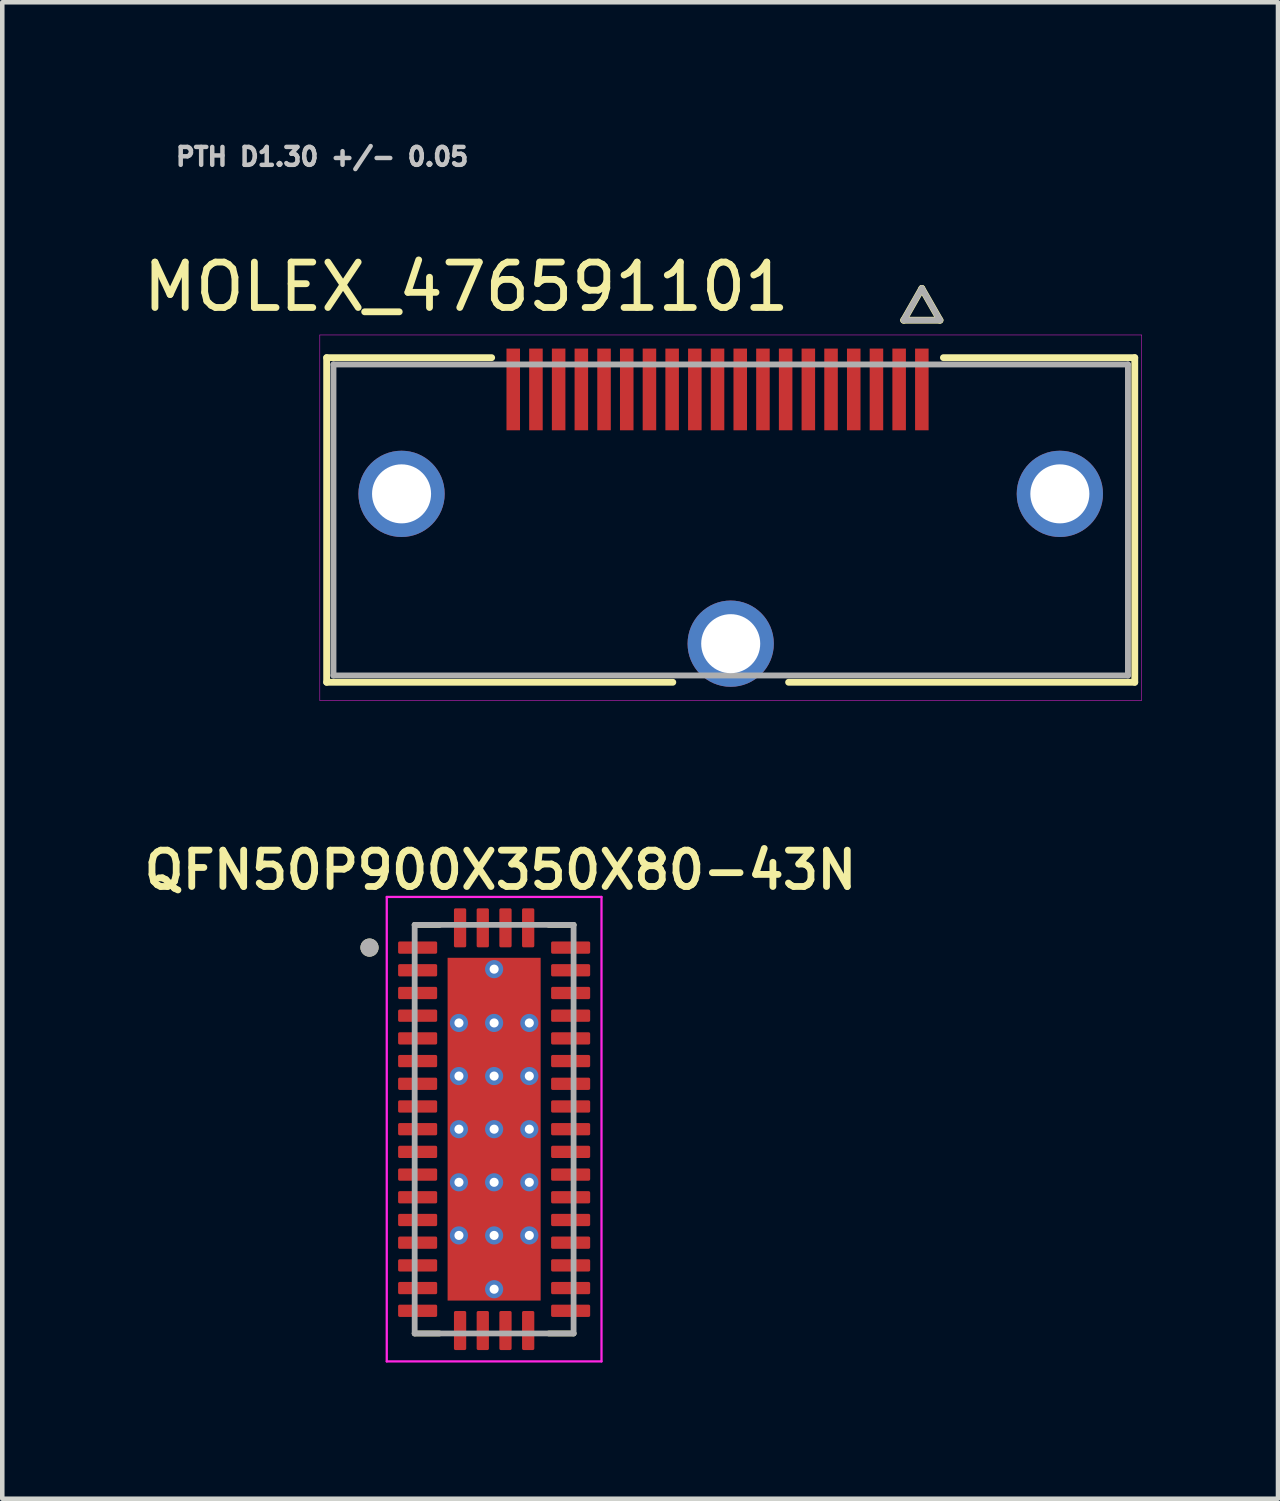
<source format=kicad_pcb>
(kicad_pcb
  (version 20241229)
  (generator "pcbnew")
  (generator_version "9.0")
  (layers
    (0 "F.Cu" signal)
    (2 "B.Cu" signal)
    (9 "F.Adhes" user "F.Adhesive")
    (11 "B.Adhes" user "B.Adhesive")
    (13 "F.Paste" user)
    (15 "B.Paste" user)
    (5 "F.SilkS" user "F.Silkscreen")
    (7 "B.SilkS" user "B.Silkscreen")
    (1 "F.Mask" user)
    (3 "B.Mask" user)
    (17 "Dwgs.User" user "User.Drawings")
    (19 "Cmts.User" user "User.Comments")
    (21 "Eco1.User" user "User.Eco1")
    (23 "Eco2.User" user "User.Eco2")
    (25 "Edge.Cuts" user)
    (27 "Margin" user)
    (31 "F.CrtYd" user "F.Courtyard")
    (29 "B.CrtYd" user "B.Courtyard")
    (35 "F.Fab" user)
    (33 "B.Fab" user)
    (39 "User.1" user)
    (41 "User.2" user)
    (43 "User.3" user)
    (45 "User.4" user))
  (footprint "MOLEX_476591101"
    (layer "F.Cu")
    (at 13.045 8.403)
    (property "Reference" "MOLEX_476591101" (at -5.825 -5.135 0) (layer "F.SilkS") (effects (font (size 1 1) (thickness 0.15))))
    (attr smd)
    (fp_circle (center -7.25 -0.575) (end -6.743 -0.575) (stroke (width 1.014) (type solid)) (fill no) (layer "F.Mask"))
    (fp_circle (center 0 2.725) (end 0.507 2.725) (stroke (width 1.014) (type solid)) (fill no) (layer "F.Mask"))
    (fp_circle (center 7.25 -0.575) (end 7.757 -0.575) (stroke (width 1.014) (type solid)) (fill no) (layer "F.Mask"))
    (fp_poly (pts (xy -5.003 -3.838) (xy -4.577 -3.838) (xy -4.577 -1.911) (xy -5.003 -1.911)) (stroke (width 0.01) (type solid)) (fill yes) (layer "F.Mask"))
    (fp_poly (pts (xy -4.503 -3.838) (xy -4.077 -3.838) (xy -4.077 -1.911) (xy -4.503 -1.911)) (stroke (width 0.01) (type solid)) (fill yes) (layer "F.Mask"))
    (fp_poly (pts (xy -4.003 -3.838) (xy -3.578 -3.838) (xy -3.578 -1.911) (xy -4.003 -1.911)) (stroke (width 0.01) (type solid)) (fill yes) (layer "F.Mask"))
    (fp_poly (pts (xy -3.502 -3.838) (xy -3.078 -3.838) (xy -3.078 -1.911) (xy -3.502 -1.911)) (stroke (width 0.01) (type solid)) (fill yes) (layer "F.Mask"))
    (fp_poly (pts (xy -3.002 -3.838) (xy -2.578 -3.838) (xy -2.578 -1.911) (xy -3.002 -1.911)) (stroke (width 0.01) (type solid)) (fill yes) (layer "F.Mask"))
    (fp_poly (pts (xy -2.502 -3.838) (xy -2.078 -3.838) (xy -2.078 -1.911) (xy -2.502 -1.911)) (stroke (width 0.01) (type solid)) (fill yes) (layer "F.Mask"))
    (fp_poly (pts (xy -2.002 -3.838) (xy -1.577 -3.838) (xy -1.577 -1.911) (xy -2.002 -1.911)) (stroke (width 0.01) (type solid)) (fill yes) (layer "F.Mask"))
    (fp_poly (pts (xy -1.502 -3.838) (xy -1.077 -3.838) (xy -1.077 -1.911) (xy -1.502 -1.911)) (stroke (width 0.01) (type solid)) (fill yes) (layer "F.Mask"))
    (fp_poly (pts (xy -1.002 -3.838) (xy -0.578 -3.838) (xy -0.578 -1.911) (xy -1.002 -1.911)) (stroke (width 0.01) (type solid)) (fill yes) (layer "F.Mask"))
    (fp_poly (pts (xy -0.502 -3.838) (xy -0.077 -3.838) (xy -0.077 -1.911) (xy -0.502 -1.911)) (stroke (width 0.01) (type solid)) (fill yes) (layer "F.Mask"))
    (fp_poly (pts (xy -0.003 -3.838) (xy 0.422 -3.838) (xy 0.422 -1.911) (xy -0.003 -1.911)) (stroke (width 0.01) (type solid)) (fill yes) (layer "F.Mask"))
    (fp_poly (pts (xy 0.497 -3.838) (xy 0.922 -3.838) (xy 0.922 -1.911) (xy 0.497 -1.911)) (stroke (width 0.01) (type solid)) (fill yes) (layer "F.Mask"))
    (fp_poly (pts (xy 0.998 -3.838) (xy 1.423 -3.838) (xy 1.423 -1.911) (xy 0.998 -1.911)) (stroke (width 0.01) (type solid)) (fill yes) (layer "F.Mask"))
    (fp_poly (pts (xy 1.498 -3.838) (xy 1.923 -3.838) (xy 1.923 -1.911) (xy 1.498 -1.911)) (stroke (width 0.01) (type solid)) (fill yes) (layer "F.Mask"))
    (fp_poly (pts (xy 1.998 -3.838) (xy 2.422 -3.838) (xy 2.422 -1.911) (xy 1.998 -1.911)) (stroke (width 0.01) (type solid)) (fill yes) (layer "F.Mask"))
    (fp_poly (pts (xy 2.498 -3.838) (xy 2.922 -3.838) (xy 2.922 -1.911) (xy 2.498 -1.911)) (stroke (width 0.01) (type solid)) (fill yes) (layer "F.Mask"))
    (fp_poly (pts (xy 2.998 -3.838) (xy 3.422 -3.838) (xy 3.422 -1.911) (xy 2.998 -1.911)) (stroke (width 0.01) (type solid)) (fill yes) (layer "F.Mask"))
    (fp_poly (pts (xy 3.498 -3.838) (xy 3.922 -3.838) (xy 3.922 -1.911) (xy 3.498 -1.911)) (stroke (width 0.01) (type solid)) (fill yes) (layer "F.Mask"))
    (fp_poly (pts (xy 3.998 -3.838) (xy 4.423 -3.838) (xy 4.423 -1.911) (xy 3.998 -1.911)) (stroke (width 0.01) (type solid)) (fill yes) (layer "F.Mask"))
    (fp_circle (center -7.25 -0.575) (end -6.743 -0.575) (stroke (width 1.014) (type solid)) (fill no) (layer "B.Mask"))
    (fp_circle (center 0 2.725) (end 0.507 2.725) (stroke (width 1.014) (type solid)) (fill no) (layer "B.Mask"))
    (fp_circle (center 7.25 -0.575) (end 7.757 -0.575) (stroke (width 1.014) (type solid)) (fill no) (layer "B.Mask"))
    (fp_line (start -8.9 -3.575) (end -8.9 3.575) (stroke (width 0.15) (type solid)) (layer "F.SilkS"))
    (fp_line (start -8.9 3.575) (end -1.275 3.575) (stroke (width 0.15) (type solid)) (layer "F.SilkS"))
    (fp_line (start -5.265 -3.575) (end -8.9 -3.575) (stroke (width 0.15) (type solid)) (layer "F.SilkS"))
    (fp_line (start 1.275 3.575) (end 8.9 3.575) (stroke (width 0.15) (type solid)) (layer "F.SilkS"))
    (fp_line (start 3.81 -4.4) (end 4.61 -4.4) (stroke (width 0.15) (type solid)) (layer "F.SilkS"))
    (fp_line (start 4.21 -5.1) (end 3.81 -4.4) (stroke (width 0.15) (type solid)) (layer "F.SilkS"))
    (fp_line (start 4.61 -4.4) (end 4.21 -5.1) (stroke (width 0.15) (type solid)) (layer "F.SilkS"))
    (fp_line (start 8.9 -3.575) (end 4.685 -3.575) (stroke (width 0.15) (type solid)) (layer "F.SilkS"))
    (fp_line (start 8.9 3.575) (end 8.9 -3.575) (stroke (width 0.15) (type solid)) (layer "F.SilkS"))
    (fp_line (start -9.05 -4.075) (end -9.05 3.975) (stroke (width 0.01) (type solid)) (layer "F.CrtYd"))
    (fp_line (start -9.05 3.975) (end 9.05 3.975) (stroke (width 0.01) (type solid)) (layer "F.CrtYd"))
    (fp_line (start 9.05 -4.075) (end -9.05 -4.075) (stroke (width 0.01) (type solid)) (layer "F.CrtYd"))
    (fp_line (start 9.05 3.975) (end 9.05 -4.075) (stroke (width 0.01) (type solid)) (layer "F.CrtYd"))
    (fp_line (start -8.75 -3.425) (end -8.75 3.425) (stroke (width 0.13) (type solid)) (layer "F.Fab"))
    (fp_line (start -8.75 3.425) (end 8.75 3.425) (stroke (width 0.13) (type solid)) (layer "F.Fab"))
    (fp_line (start 3.81 -4.4) (end 4.61 -4.4) (stroke (width 0.13) (type solid)) (layer "F.Fab"))
    (fp_line (start 4.21 -5.1) (end 3.81 -4.4) (stroke (width 0.13) (type solid)) (layer "F.Fab"))
    (fp_line (start 4.61 -4.4) (end 4.21 -5.1) (stroke (width 0.13) (type solid)) (layer "F.Fab"))
    (fp_line (start 8.75 -3.425) (end -8.75 -3.425) (stroke (width 0.13) (type solid)) (layer "F.Fab"))
    (fp_line (start 8.75 3.425) (end 8.75 -3.425) (stroke (width 0.13) (type solid)) (layer "F.Fab"))
    (fp_text user "PTH D1.30 +/- 0.05" (at -9 -8 0) (layer "Dwgs.User") (effects (font (size 0.394 0.394) (thickness 0.15))))
    (pad "1" smd rect (at 4.21 -2.875) (size 0.298 1.8) (layers "F.Cu" "F.Paste"))
    (pad "2" smd rect (at 3.71 -2.875) (size 0.298 1.8) (layers "F.Cu" "F.Paste"))
    (pad "3" smd rect (at 3.21 -2.875) (size 0.298 1.8) (layers "F.Cu" "F.Paste"))
    (pad "4" smd rect (at 2.71 -2.875) (size 0.298 1.8) (layers "F.Cu" "F.Paste"))
    (pad "5" smd rect (at 2.21 -2.875) (size 0.298 1.8) (layers "F.Cu" "F.Paste"))
    (pad "6" smd rect (at 1.71 -2.875) (size 0.298 1.8) (layers "F.Cu" "F.Paste"))
    (pad "7" smd rect (at 1.21 -2.875) (size 0.298 1.8) (layers "F.Cu" "F.Paste"))
    (pad "8" smd rect (at 0.71 -2.875) (size 0.298 1.8) (layers "F.Cu" "F.Paste"))
    (pad "9" smd rect (at 0.21 -2.875) (size 0.298 1.8) (layers "F.Cu" "F.Paste"))
    (pad "10" smd rect (at -0.29 -2.875) (size 0.298 1.8) (layers "F.Cu" "F.Paste"))
    (pad "11" smd rect (at -0.79 -2.875) (size 0.298 1.8) (layers "F.Cu" "F.Paste"))
    (pad "12" smd rect (at -1.29 -2.875) (size 0.298 1.8) (layers "F.Cu" "F.Paste"))
    (pad "13" smd rect (at -1.79 -2.875) (size 0.298 1.8) (layers "F.Cu" "F.Paste"))
    (pad "14" smd rect (at -2.29 -2.875) (size 0.298 1.8) (layers "F.Cu" "F.Paste"))
    (pad "15" smd rect (at -2.79 -2.875) (size 0.298 1.8) (layers "F.Cu" "F.Paste"))
    (pad "16" smd rect (at -3.29 -2.875) (size 0.298 1.8) (layers "F.Cu" "F.Paste"))
    (pad "17" smd rect (at -3.79 -2.875) (size 0.298 1.8) (layers "F.Cu" "F.Paste"))
    (pad "18" smd rect (at -4.29 -2.875) (size 0.298 1.8) (layers "F.Cu" "F.Paste"))
    (pad "19" smd rect (at -4.79 -2.875) (size 0.298 1.8) (layers "F.Cu" "F.Paste"))
    (pad "SH" thru_hole circle (at -7.25 -0.575) (size 1.9 1.9) (drill 1.3) (layers "*.Cu"))
    (pad "SH" thru_hole circle (at 0 2.725) (size 1.9 1.9) (drill 1.3) (layers "*.Cu"))
    (pad "SH" thru_hole circle (at 7.25 -0.575) (size 1.9 1.9) (drill 1.3) (layers "*.Cu")))
  (footprint "QFN50P900X350X80-43N"
    (layer "F.Cu")
    (at 7.834 21.822)
    (property "Reference" "QFN50P900X350X80-43N" (at 0.14 -5.708 0) (layer "F.SilkS") (effects (font (size 0.8 0.8) (thickness 0.15))))
    (attr smd)
    (fp_line (start -1.75 -4.5) (end -1.205 -4.5) (stroke (width 0.127) (type solid)) (layer "F.SilkS"))
    (fp_line (start -1.75 4.5) (end -1.205 4.5) (stroke (width 0.127) (type solid)) (layer "F.SilkS"))
    (fp_line (start 1.75 -4.5) (end 1.205 -4.5) (stroke (width 0.127) (type solid)) (layer "F.SilkS"))
    (fp_line (start 1.75 4.5) (end 1.205 4.5) (stroke (width 0.127) (type solid)) (layer "F.SilkS"))
    (fp_circle (center -2.745 -4) (end -2.645 -4) (stroke (width 0.2) (type solid)) (fill no) (layer "F.SilkS"))
    (fp_poly (pts (xy -1.02 -3.41) (xy -0.1 -3.41) (xy -0.1 -2.44) (xy -1.02 -2.44)) (stroke (width 0.01) (type solid)) (fill yes) (layer "F.Paste"))
    (fp_poly (pts (xy -1.02 -2.24) (xy -0.1 -2.24) (xy -0.1 -1.27) (xy -1.02 -1.27)) (stroke (width 0.01) (type solid)) (fill yes) (layer "F.Paste"))
    (fp_poly (pts (xy -1.02 -1.07) (xy -0.1 -1.07) (xy -0.1 -0.1) (xy -1.02 -0.1)) (stroke (width 0.01) (type solid)) (fill yes) (layer "F.Paste"))
    (fp_poly (pts (xy -1.02 0.1) (xy -0.1 0.1) (xy -0.1 1.07) (xy -1.02 1.07)) (stroke (width 0.01) (type solid)) (fill yes) (layer "F.Paste"))
    (fp_poly (pts (xy -1.02 1.27) (xy -0.1 1.27) (xy -0.1 2.24) (xy -1.02 2.24)) (stroke (width 0.01) (type solid)) (fill yes) (layer "F.Paste"))
    (fp_poly (pts (xy -1.02 2.44) (xy -0.1 2.44) (xy -0.1 3.41) (xy -1.02 3.41)) (stroke (width 0.01) (type solid)) (fill yes) (layer "F.Paste"))
    (fp_poly (pts (xy 0.1 -3.41) (xy 1.02 -3.41) (xy 1.02 -2.44) (xy 0.1 -2.44)) (stroke (width 0.01) (type solid)) (fill yes) (layer "F.Paste"))
    (fp_poly (pts (xy 0.1 -2.24) (xy 1.02 -2.24) (xy 1.02 -1.27) (xy 0.1 -1.27)) (stroke (width 0.01) (type solid)) (fill yes) (layer "F.Paste"))
    (fp_poly (pts (xy 0.1 -1.07) (xy 1.02 -1.07) (xy 1.02 -0.1) (xy 0.1 -0.1)) (stroke (width 0.01) (type solid)) (fill yes) (layer "F.Paste"))
    (fp_poly (pts (xy 0.1 0.1) (xy 1.02 0.1) (xy 1.02 1.07) (xy 0.1 1.07)) (stroke (width 0.01) (type solid)) (fill yes) (layer "F.Paste"))
    (fp_poly (pts (xy 0.1 1.27) (xy 1.02 1.27) (xy 1.02 2.24) (xy 0.1 2.24)) (stroke (width 0.01) (type solid)) (fill yes) (layer "F.Paste"))
    (fp_poly (pts (xy 0.1 2.44) (xy 1.02 2.44) (xy 1.02 3.41) (xy 0.1 3.41)) (stroke (width 0.01) (type solid)) (fill yes) (layer "F.Paste"))
    (fp_line (start -2.365 -5.115) (end 2.365 -5.115) (stroke (width 0.05) (type solid)) (layer "F.CrtYd"))
    (fp_line (start -2.365 5.115) (end -2.365 -5.115) (stroke (width 0.05) (type solid)) (layer "F.CrtYd"))
    (fp_line (start -2.365 5.115) (end 2.365 5.115) (stroke (width 0.05) (type solid)) (layer "F.CrtYd"))
    (fp_line (start 2.365 5.115) (end 2.365 -5.115) (stroke (width 0.05) (type solid)) (layer "F.CrtYd"))
    (fp_line (start -1.75 4.5) (end -1.75 -4.5) (stroke (width 0.127) (type solid)) (layer "F.Fab"))
    (fp_line (start 1.75 -4.5) (end -1.75 -4.5) (stroke (width 0.127) (type solid)) (layer "F.Fab"))
    (fp_line (start 1.75 4.5) (end -1.75 4.5) (stroke (width 0.127) (type solid)) (layer "F.Fab"))
    (fp_line (start 1.75 4.5) (end 1.75 -4.5) (stroke (width 0.127) (type solid)) (layer "F.Fab"))
    (fp_circle (center -2.745 -4) (end -2.645 -4) (stroke (width 0.2) (type solid)) (fill no) (layer "F.Fab"))
    (pad "1" smd roundrect (at -1.685 -4) (size 0.86 0.27) (layers "F.Cu" "F.Mask" "F.Paste") (roundrect_rratio 0.125))
    (pad "2" smd roundrect (at -1.685 -3.5) (size 0.86 0.27) (layers "F.Cu" "F.Mask" "F.Paste") (roundrect_rratio 0.125))
    (pad "3" smd roundrect (at -1.685 -3) (size 0.86 0.27) (layers "F.Cu" "F.Mask" "F.Paste") (roundrect_rratio 0.125))
    (pad "4" smd roundrect (at -1.685 -2.5) (size 0.86 0.27) (layers "F.Cu" "F.Mask" "F.Paste") (roundrect_rratio 0.125))
    (pad "5" smd roundrect (at -1.685 -2) (size 0.86 0.27) (layers "F.Cu" "F.Mask" "F.Paste") (roundrect_rratio 0.125))
    (pad "6" smd roundrect (at -1.685 -1.5) (size 0.86 0.27) (layers "F.Cu" "F.Mask" "F.Paste") (roundrect_rratio 0.125))
    (pad "7" smd roundrect (at -1.685 -1) (size 0.86 0.27) (layers "F.Cu" "F.Mask" "F.Paste") (roundrect_rratio 0.125))
    (pad "8" smd roundrect (at -1.685 -0.5) (size 0.86 0.27) (layers "F.Cu" "F.Mask" "F.Paste") (roundrect_rratio 0.125))
    (pad "9" smd roundrect (at -1.685 0) (size 0.86 0.27) (layers "F.Cu" "F.Mask" "F.Paste") (roundrect_rratio 0.125))
    (pad "10" smd roundrect (at -1.685 0.5) (size 0.86 0.27) (layers "F.Cu" "F.Mask" "F.Paste") (roundrect_rratio 0.125))
    (pad "11" smd roundrect (at -1.685 1) (size 0.86 0.27) (layers "F.Cu" "F.Mask" "F.Paste") (roundrect_rratio 0.125))
    (pad "12" smd roundrect (at -1.685 1.5) (size 0.86 0.27) (layers "F.Cu" "F.Mask" "F.Paste") (roundrect_rratio 0.125))
    (pad "13" smd roundrect (at -1.685 2) (size 0.86 0.27) (layers "F.Cu" "F.Mask" "F.Paste") (roundrect_rratio 0.125))
    (pad "14" smd roundrect (at -1.685 2.5) (size 0.86 0.27) (layers "F.Cu" "F.Mask" "F.Paste") (roundrect_rratio 0.125))
    (pad "15" smd roundrect (at -1.685 3) (size 0.86 0.27) (layers "F.Cu" "F.Mask" "F.Paste") (roundrect_rratio 0.125))
    (pad "16" smd roundrect (at -1.685 3.5) (size 0.86 0.27) (layers "F.Cu" "F.Mask" "F.Paste") (roundrect_rratio 0.125))
    (pad "17" smd roundrect (at -1.685 4) (size 0.86 0.27) (layers "F.Cu" "F.Mask" "F.Paste") (roundrect_rratio 0.125))
    (pad "18" smd roundrect (at -0.75 4.435) (size 0.27 0.86) (layers "F.Cu" "F.Mask" "F.Paste") (roundrect_rratio 0.125))
    (pad "19" smd roundrect (at -0.25 4.435) (size 0.27 0.86) (layers "F.Cu" "F.Mask" "F.Paste") (roundrect_rratio 0.125))
    (pad "20" smd roundrect (at 0.25 4.435) (size 0.27 0.86) (layers "F.Cu" "F.Mask" "F.Paste") (roundrect_rratio 0.125))
    (pad "21" smd roundrect (at 0.75 4.435) (size 0.27 0.86) (layers "F.Cu" "F.Mask" "F.Paste") (roundrect_rratio 0.125))
    (pad "22" smd roundrect (at 1.685 4) (size 0.86 0.27) (layers "F.Cu" "F.Mask" "F.Paste") (roundrect_rratio 0.125))
    (pad "23" smd roundrect (at 1.685 3.5) (size 0.86 0.27) (layers "F.Cu" "F.Mask" "F.Paste") (roundrect_rratio 0.125))
    (pad "24" smd roundrect (at 1.685 3) (size 0.86 0.27) (layers "F.Cu" "F.Mask" "F.Paste") (roundrect_rratio 0.125))
    (pad "25" smd roundrect (at 1.685 2.5) (size 0.86 0.27) (layers "F.Cu" "F.Mask" "F.Paste") (roundrect_rratio 0.125))
    (pad "26" smd roundrect (at 1.685 2) (size 0.86 0.27) (layers "F.Cu" "F.Mask" "F.Paste") (roundrect_rratio 0.125))
    (pad "27" smd roundrect (at 1.685 1.5) (size 0.86 0.27) (layers "F.Cu" "F.Mask" "F.Paste") (roundrect_rratio 0.125))
    (pad "28" smd roundrect (at 1.685 1) (size 0.86 0.27) (layers "F.Cu" "F.Mask" "F.Paste") (roundrect_rratio 0.125))
    (pad "29" smd roundrect (at 1.685 0.5) (size 0.86 0.27) (layers "F.Cu" "F.Mask" "F.Paste") (roundrect_rratio 0.125))
    (pad "30" smd roundrect (at 1.685 0) (size 0.86 0.27) (layers "F.Cu" "F.Mask" "F.Paste") (roundrect_rratio 0.125))
    (pad "31" smd roundrect (at 1.685 -0.5) (size 0.86 0.27) (layers "F.Cu" "F.Mask" "F.Paste") (roundrect_rratio 0.125))
    (pad "32" smd roundrect (at 1.685 -1) (size 0.86 0.27) (layers "F.Cu" "F.Mask" "F.Paste") (roundrect_rratio 0.125))
    (pad "33" smd roundrect (at 1.685 -1.5) (size 0.86 0.27) (layers "F.Cu" "F.Mask" "F.Paste") (roundrect_rratio 0.125))
    (pad "34" smd roundrect (at 1.685 -2) (size 0.86 0.27) (layers "F.Cu" "F.Mask" "F.Paste") (roundrect_rratio 0.125))
    (pad "35" smd roundrect (at 1.685 -2.5) (size 0.86 0.27) (layers "F.Cu" "F.Mask" "F.Paste") (roundrect_rratio 0.125))
    (pad "36" smd roundrect (at 1.685 -3) (size 0.86 0.27) (layers "F.Cu" "F.Mask" "F.Paste") (roundrect_rratio 0.125))
    (pad "37" smd roundrect (at 1.685 -3.5) (size 0.86 0.27) (layers "F.Cu" "F.Mask" "F.Paste") (roundrect_rratio 0.125))
    (pad "38" smd roundrect (at 1.685 -4) (size 0.86 0.27) (layers "F.Cu" "F.Mask" "F.Paste") (roundrect_rratio 0.125))
    (pad "39" smd roundrect (at 0.75 -4.435) (size 0.27 0.86) (layers "F.Cu" "F.Mask" "F.Paste") (roundrect_rratio 0.125))
    (pad "40" smd roundrect (at 0.25 -4.435) (size 0.27 0.86) (layers "F.Cu" "F.Mask" "F.Paste") (roundrect_rratio 0.125))
    (pad "41" smd roundrect (at -0.25 -4.435) (size 0.27 0.86) (layers "F.Cu" "F.Mask" "F.Paste") (roundrect_rratio 0.125))
    (pad "42" smd roundrect (at -0.75 -4.435) (size 0.27 0.86) (layers "F.Cu" "F.Mask" "F.Paste") (roundrect_rratio 0.125))
    (pad "43" smd rect (at 0 0) (size 2.05 7.55) (layers "F.Cu" "F.Mask"))
    (pad "44" thru_hole circle (at 0 -3.525) (size 0.4 0.4) (drill 0.2) (layers "*.Cu" "*.Mask"))
    (pad "45" thru_hole circle (at -0.775 -2.34) (size 0.4 0.4) (drill 0.2) (layers "*.Cu" "*.Mask"))
    (pad "46" thru_hole circle (at 0 -2.34) (size 0.4 0.4) (drill 0.2) (layers "*.Cu" "*.Mask"))
    (pad "47" thru_hole circle (at 0.775 -2.34) (size 0.4 0.4) (drill 0.2) (layers "*.Cu" "*.Mask"))
    (pad "48" thru_hole circle (at -0.775 -1.17) (size 0.4 0.4) (drill 0.2) (layers "*.Cu" "*.Mask"))
    (pad "49" thru_hole circle (at 0 -1.17) (size 0.4 0.4) (drill 0.2) (layers "*.Cu" "*.Mask"))
    (pad "50" thru_hole circle (at 0.775 -1.17) (size 0.4 0.4) (drill 0.2) (layers "*.Cu" "*.Mask"))
    (pad "51" thru_hole circle (at -0.775 0) (size 0.4 0.4) (drill 0.2) (layers "*.Cu" "*.Mask"))
    (pad "52" thru_hole circle (at 0 0) (size 0.4 0.4) (drill 0.2) (layers "*.Cu" "*.Mask"))
    (pad "53" thru_hole circle (at 0.775 0) (size 0.4 0.4) (drill 0.2) (layers "*.Cu" "*.Mask"))
    (pad "54" thru_hole circle (at -0.775 1.17) (size 0.4 0.4) (drill 0.2) (layers "*.Cu" "*.Mask"))
    (pad "55" thru_hole circle (at 0 1.17) (size 0.4 0.4) (drill 0.2) (layers "*.Cu" "*.Mask"))
    (pad "56" thru_hole circle (at 0.775 1.17) (size 0.4 0.4) (drill 0.2) (layers "*.Cu" "*.Mask"))
    (pad "57" thru_hole circle (at -0.775 2.34) (size 0.4 0.4) (drill 0.2) (layers "*.Cu" "*.Mask"))
    (pad "58" thru_hole circle (at 0 2.34) (size 0.4 0.4) (drill 0.2) (layers "*.Cu" "*.Mask"))
    (pad "59" thru_hole circle (at 0.775 2.34) (size 0.4 0.4) (drill 0.2) (layers "*.Cu" "*.Mask"))
    (pad "60" thru_hole circle (at 0 3.525) (size 0.4 0.4) (drill 0.2) (layers "*.Cu" "*.Mask")))
  (gr_rect
    (start -3 -3)
    (end 25.1 29.962)
    (stroke (width 0.1) (type default))
    (fill no)
    (layer "Edge.Cuts")))
</source>
